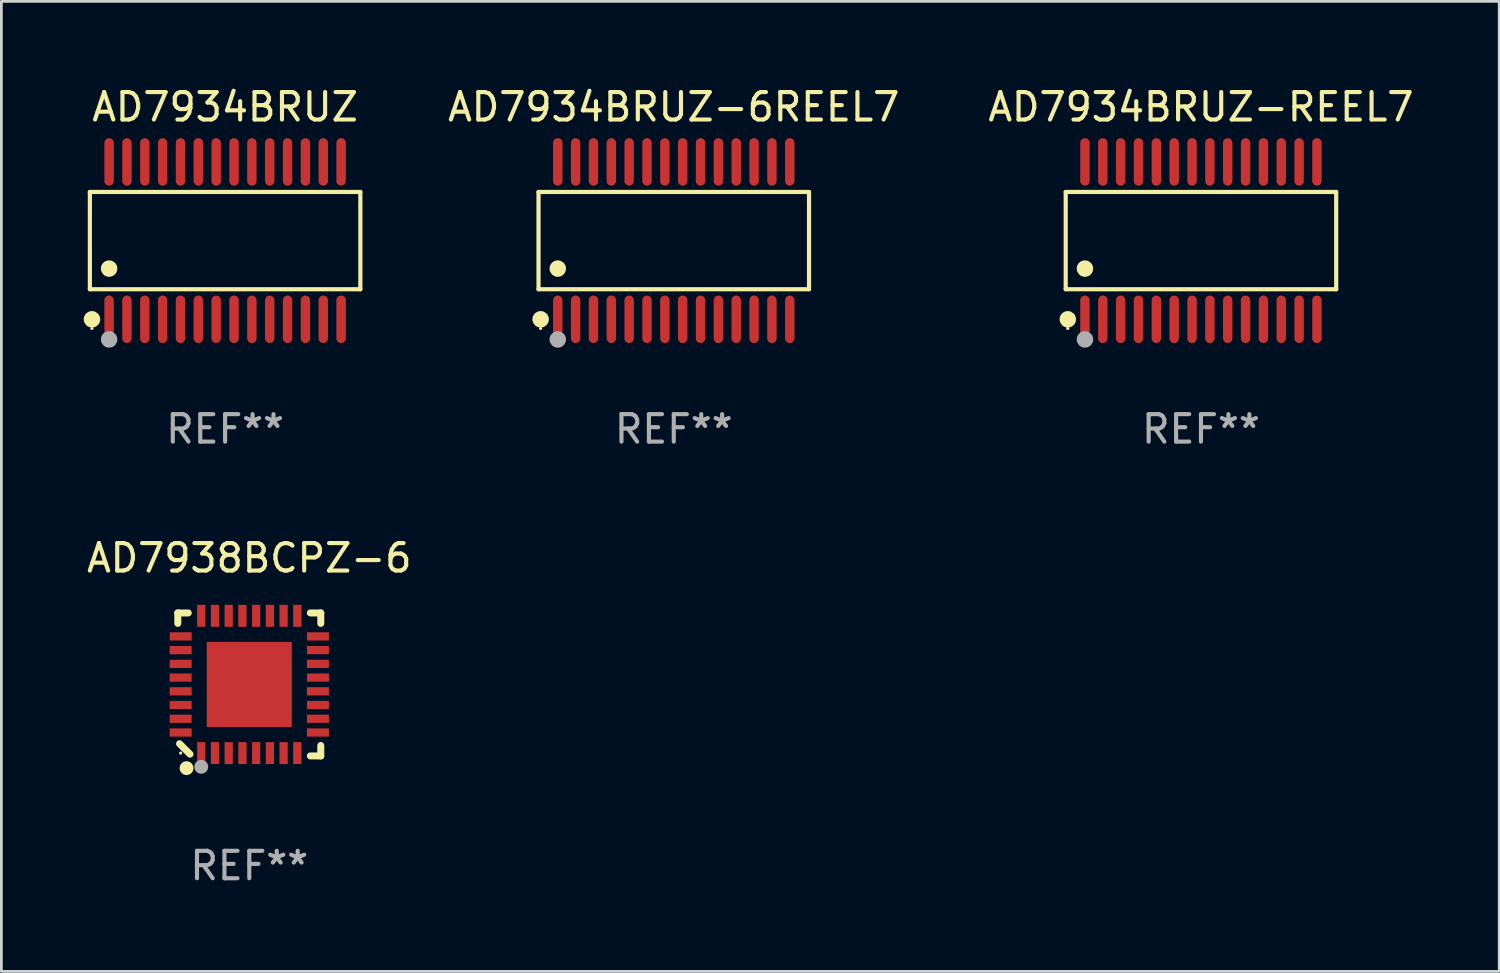
<source format=kicad_pcb>
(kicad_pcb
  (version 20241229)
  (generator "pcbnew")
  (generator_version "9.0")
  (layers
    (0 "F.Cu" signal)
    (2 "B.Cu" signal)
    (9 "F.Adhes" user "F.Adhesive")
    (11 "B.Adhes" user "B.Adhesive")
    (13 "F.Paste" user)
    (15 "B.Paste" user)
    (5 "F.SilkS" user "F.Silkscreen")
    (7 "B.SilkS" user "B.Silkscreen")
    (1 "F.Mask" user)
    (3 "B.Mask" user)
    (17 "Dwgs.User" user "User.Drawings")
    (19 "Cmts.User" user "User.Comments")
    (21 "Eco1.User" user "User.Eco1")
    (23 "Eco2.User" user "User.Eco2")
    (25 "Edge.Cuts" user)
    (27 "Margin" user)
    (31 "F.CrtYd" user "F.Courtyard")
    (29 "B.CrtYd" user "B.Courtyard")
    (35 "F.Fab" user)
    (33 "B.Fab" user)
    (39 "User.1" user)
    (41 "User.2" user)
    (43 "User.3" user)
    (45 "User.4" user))
  (footprint "AD7938BCPZ-6"
    (layer "F.Cu")
    (at 6.03 21.88)
    (property "Reference" "AD7938BCPZ-6" (at 0 -4.604 0) (layer "F.SilkS") (effects (font (size 1 1) (thickness 0.15))))
    (attr through_hole)
    (fp_line (start -2.604 -2.604) (end -2.604 -2.223) (stroke (width 0.254) (type solid)) (layer "F.SilkS"))
    (fp_line (start -2.54 2.159) (end -2.159 2.54) (stroke (width 0.254) (type solid)) (layer "F.SilkS"))
    (fp_line (start -2.223 -2.604) (end -2.604 -2.604) (stroke (width 0.254) (type solid)) (layer "F.SilkS"))
    (fp_line (start 2.223 2.604) (end 2.604 2.604) (stroke (width 0.254) (type solid)) (layer "F.SilkS"))
    (fp_line (start 2.604 -2.604) (end 2.223 -2.604) (stroke (width 0.254) (type solid)) (layer "F.SilkS"))
    (fp_line (start 2.604 -2.223) (end 2.604 -2.604) (stroke (width 0.254) (type solid)) (layer "F.SilkS"))
    (fp_line (start 2.604 2.604) (end 2.604 2.223) (stroke (width 0.254) (type solid)) (layer "F.SilkS"))
    (fp_circle (center -2.5 2.5) (end -2.47 2.5) (stroke (width 0.06) (type solid)) (fill no) (layer "F.SilkS"))
    (fp_circle (center -2.286 3.048) (end -2.159 3.048) (stroke (width 0.254) (type solid)) (fill no) (layer "F.SilkS"))
    (fp_circle (center -1.75 3) (end -1.623 3) (stroke (width 0.254) (type solid)) (fill no) (layer "F.Fab"))
    (fp_text user "REF**" (at 0 6.604 0) (layer "F.Fab") (effects (font (size 1 1) (thickness 0.15))))
    (pad "1" smd rect (at -1.75 2.5) (size 0.3 0.8) (layers "F.Cu" "F.Mask" "F.Paste"))
    (pad "2" smd rect (at -1.25 2.5) (size 0.3 0.8) (layers "F.Cu" "F.Mask" "F.Paste"))
    (pad "3" smd rect (at -0.75 2.5) (size 0.3 0.8) (layers "F.Cu" "F.Mask" "F.Paste"))
    (pad "4" smd rect (at -0.25 2.5) (size 0.3 0.8) (layers "F.Cu" "F.Mask" "F.Paste"))
    (pad "5" smd rect (at 0.25 2.5) (size 0.3 0.8) (layers "F.Cu" "F.Mask" "F.Paste"))
    (pad "6" smd rect (at 0.75 2.5) (size 0.3 0.8) (layers "F.Cu" "F.Mask" "F.Paste"))
    (pad "7" smd rect (at 1.25 2.5) (size 0.3 0.8) (layers "F.Cu" "F.Mask" "F.Paste"))
    (pad "8" smd rect (at 1.75 2.5) (size 0.3 0.8) (layers "F.Cu" "F.Mask" "F.Paste"))
    (pad "9" smd rect (at 2.5 1.75) (size 0.8 0.3) (layers "F.Cu" "F.Mask" "F.Paste"))
    (pad "10" smd rect (at 2.5 1.25) (size 0.8 0.3) (layers "F.Cu" "F.Mask" "F.Paste"))
    (pad "11" smd rect (at 2.5 0.75) (size 0.8 0.3) (layers "F.Cu" "F.Mask" "F.Paste"))
    (pad "12" smd rect (at 2.5 0.25) (size 0.8 0.3) (layers "F.Cu" "F.Mask" "F.Paste"))
    (pad "13" smd rect (at 2.5 -0.25) (size 0.8 0.3) (layers "F.Cu" "F.Mask" "F.Paste"))
    (pad "14" smd rect (at 2.5 -0.75) (size 0.8 0.3) (layers "F.Cu" "F.Mask" "F.Paste"))
    (pad "15" smd rect (at 2.5 -1.25) (size 0.8 0.3) (layers "F.Cu" "F.Mask" "F.Paste"))
    (pad "16" smd rect (at 2.5 -1.75) (size 0.8 0.3) (layers "F.Cu" "F.Mask" "F.Paste"))
    (pad "17" smd rect (at 1.75 -2.5) (size 0.3 0.8) (layers "F.Cu" "F.Mask" "F.Paste"))
    (pad "18" smd rect (at 1.25 -2.5) (size 0.3 0.8) (layers "F.Cu" "F.Mask" "F.Paste"))
    (pad "19" smd rect (at 0.75 -2.5) (size 0.3 0.8) (layers "F.Cu" "F.Mask" "F.Paste"))
    (pad "20" smd rect (at 0.25 -2.5) (size 0.3 0.8) (layers "F.Cu" "F.Mask" "F.Paste"))
    (pad "21" smd rect (at -0.25 -2.5) (size 0.3 0.8) (layers "F.Cu" "F.Mask" "F.Paste"))
    (pad "22" smd rect (at -0.75 -2.5) (size 0.3 0.8) (layers "F.Cu" "F.Mask" "F.Paste"))
    (pad "23" smd rect (at -1.25 -2.5) (size 0.3 0.8) (layers "F.Cu" "F.Mask" "F.Paste"))
    (pad "24" smd rect (at -1.75 -2.5) (size 0.3 0.8) (layers "F.Cu" "F.Mask" "F.Paste"))
    (pad "25" smd rect (at -2.5 -1.75) (size 0.8 0.3) (layers "F.Cu" "F.Mask" "F.Paste"))
    (pad "26" smd rect (at -2.5 -1.25) (size 0.8 0.3) (layers "F.Cu" "F.Mask" "F.Paste"))
    (pad "27" smd rect (at -2.5 -0.75) (size 0.8 0.3) (layers "F.Cu" "F.Mask" "F.Paste"))
    (pad "28" smd rect (at -2.5 -0.25) (size 0.8 0.3) (layers "F.Cu" "F.Mask" "F.Paste"))
    (pad "29" smd rect (at -2.5 0.25) (size 0.8 0.3) (layers "F.Cu" "F.Mask" "F.Paste"))
    (pad "30" smd rect (at -2.5 0.75) (size 0.8 0.3) (layers "F.Cu" "F.Mask" "F.Paste"))
    (pad "31" smd rect (at -2.5 1.25) (size 0.8 0.3) (layers "F.Cu" "F.Mask" "F.Paste"))
    (pad "32" smd rect (at -2.5 1.75) (size 0.8 0.3) (layers "F.Cu" "F.Mask" "F.Paste"))
    (pad "33" smd rect (at 0 -0.000025) (size 3.1 3.1) (layers "F.Cu" "F.Mask" "F.Paste")))
  (footprint "AD7934BRUZ"
    (layer "F.Cu")
    (at 5.149 5.714)
    (property "Reference" "AD7934BRUZ" (at 0 -4.866 0) (layer "F.SilkS") (effects (font (size 1 1) (thickness 0.15))))
    (attr through_hole)
    (fp_line (start -4.926 -1.772) (end 4.926 -1.772) (stroke (width 0.152) (type solid)) (layer "F.SilkS"))
    (fp_line (start -4.926 1.771) (end -4.926 -1.772) (stroke (width 0.152) (type solid)) (layer "F.SilkS"))
    (fp_line (start 4.926 -1.772) (end 4.926 1.771) (stroke (width 0.152) (type solid)) (layer "F.SilkS"))
    (fp_line (start 4.926 1.771) (end -4.926 1.771) (stroke (width 0.152) (type solid)) (layer "F.SilkS"))
    (fp_circle (center -4.85 3.2) (end -4.82 3.2) (stroke (width 0.06) (type solid)) (fill no) (layer "F.SilkS"))
    (fp_circle (center -4.849 2.866) (end -4.699 2.866) (stroke (width 0.3) (type solid)) (fill no) (layer "F.SilkS"))
    (fp_circle (center -4.225 1.019) (end -4.075 1.019) (stroke (width 0.3) (type solid)) (fill no) (layer "F.SilkS"))
    (fp_circle (center -4.225 3.6) (end -4.075 3.6) (stroke (width 0.3) (type solid)) (fill no) (layer "F.Fab"))
    (fp_text user "REF**" (at 0 6.866 0) (layer "F.Fab") (effects (font (size 1 1) (thickness 0.15))))
    (pad "1" smd oval (at -4.225 2.866) (size 0.343 1.731) (layers "F.Cu" "F.Mask" "F.Paste"))
    (pad "2" smd oval (at -3.575 2.866) (size 0.343 1.731) (layers "F.Cu" "F.Mask" "F.Paste"))
    (pad "3" smd oval (at -2.925 2.866) (size 0.343 1.731) (layers "F.Cu" "F.Mask" "F.Paste"))
    (pad "4" smd oval (at -2.275 2.866) (size 0.343 1.731) (layers "F.Cu" "F.Mask" "F.Paste"))
    (pad "5" smd oval (at -1.625 2.866) (size 0.343 1.731) (layers "F.Cu" "F.Mask" "F.Paste"))
    (pad "6" smd oval (at -0.975 2.866) (size 0.343 1.731) (layers "F.Cu" "F.Mask" "F.Paste"))
    (pad "7" smd oval (at -0.325 2.866) (size 0.343 1.731) (layers "F.Cu" "F.Mask" "F.Paste"))
    (pad "8" smd oval (at 0.325 2.866) (size 0.343 1.731) (layers "F.Cu" "F.Mask" "F.Paste"))
    (pad "9" smd oval (at 0.975 2.866) (size 0.343 1.731) (layers "F.Cu" "F.Mask" "F.Paste"))
    (pad "10" smd oval (at 1.625 2.866) (size 0.343 1.731) (layers "F.Cu" "F.Mask" "F.Paste"))
    (pad "11" smd oval (at 2.275 2.866) (size 0.343 1.731) (layers "F.Cu" "F.Mask" "F.Paste"))
    (pad "12" smd oval (at 2.925 2.866) (size 0.343 1.731) (layers "F.Cu" "F.Mask" "F.Paste"))
    (pad "13" smd oval (at 3.575 2.866) (size 0.343 1.731) (layers "F.Cu" "F.Mask" "F.Paste"))
    (pad "14" smd oval (at 4.225 2.866) (size 0.343 1.731) (layers "F.Cu" "F.Mask" "F.Paste"))
    (pad "15" smd oval (at 4.225 -2.866) (size 0.343 1.731) (layers "F.Cu" "F.Mask" "F.Paste"))
    (pad "16" smd oval (at 3.575 -2.866) (size 0.343 1.731) (layers "F.Cu" "F.Mask" "F.Paste"))
    (pad "17" smd oval (at 2.925 -2.866) (size 0.343 1.731) (layers "F.Cu" "F.Mask" "F.Paste"))
    (pad "18" smd oval (at 2.275 -2.866) (size 0.343 1.731) (layers "F.Cu" "F.Mask" "F.Paste"))
    (pad "19" smd oval (at 1.625 -2.866) (size 0.343 1.731) (layers "F.Cu" "F.Mask" "F.Paste"))
    (pad "20" smd oval (at 0.975 -2.866) (size 0.343 1.731) (layers "F.Cu" "F.Mask" "F.Paste"))
    (pad "21" smd oval (at 0.325 -2.866) (size 0.343 1.731) (layers "F.Cu" "F.Mask" "F.Paste"))
    (pad "22" smd oval (at -0.325 -2.866) (size 0.343 1.731) (layers "F.Cu" "F.Mask" "F.Paste"))
    (pad "23" smd oval (at -0.975 -2.866) (size 0.343 1.731) (layers "F.Cu" "F.Mask" "F.Paste"))
    (pad "24" smd oval (at -1.625 -2.866) (size 0.343 1.731) (layers "F.Cu" "F.Mask" "F.Paste"))
    (pad "25" smd oval (at -2.275 -2.866) (size 0.343 1.731) (layers "F.Cu" "F.Mask" "F.Paste"))
    (pad "26" smd oval (at -2.925 -2.866) (size 0.343 1.731) (layers "F.Cu" "F.Mask" "F.Paste"))
    (pad "27" smd oval (at -3.575 -2.866) (size 0.343 1.731) (layers "F.Cu" "F.Mask" "F.Paste"))
    (pad "28" smd oval (at -4.225 -2.866) (size 0.343 1.731) (layers "F.Cu" "F.Mask" "F.Paste")))
  (footprint "AD7934BRUZ-6REEL7"
    (layer "F.Cu")
    (at 21.491 5.714)
    (property "Reference" "AD7934BRUZ-6REEL7" (at 0 -4.866 0) (layer "F.SilkS") (effects (font (size 1 1) (thickness 0.15))))
    (attr through_hole)
    (fp_line (start -4.926 -1.772) (end 4.926 -1.772) (stroke (width 0.152) (type solid)) (layer "F.SilkS"))
    (fp_line (start -4.926 1.771) (end -4.926 -1.772) (stroke (width 0.152) (type solid)) (layer "F.SilkS"))
    (fp_line (start 4.926 -1.772) (end 4.926 1.771) (stroke (width 0.152) (type solid)) (layer "F.SilkS"))
    (fp_line (start 4.926 1.771) (end -4.926 1.771) (stroke (width 0.152) (type solid)) (layer "F.SilkS"))
    (fp_circle (center -4.85 3.2) (end -4.82 3.2) (stroke (width 0.06) (type solid)) (fill no) (layer "F.SilkS"))
    (fp_circle (center -4.849 2.866) (end -4.699 2.866) (stroke (width 0.3) (type solid)) (fill no) (layer "F.SilkS"))
    (fp_circle (center -4.225 1.019) (end -4.075 1.019) (stroke (width 0.3) (type solid)) (fill no) (layer "F.SilkS"))
    (fp_circle (center -4.225 3.6) (end -4.075 3.6) (stroke (width 0.3) (type solid)) (fill no) (layer "F.Fab"))
    (fp_text user "REF**" (at 0 6.866 0) (layer "F.Fab") (effects (font (size 1 1) (thickness 0.15))))
    (pad "1" smd oval (at -4.225 2.866) (size 0.343 1.731) (layers "F.Cu" "F.Mask" "F.Paste"))
    (pad "2" smd oval (at -3.575 2.866) (size 0.343 1.731) (layers "F.Cu" "F.Mask" "F.Paste"))
    (pad "3" smd oval (at -2.925 2.866) (size 0.343 1.731) (layers "F.Cu" "F.Mask" "F.Paste"))
    (pad "4" smd oval (at -2.275 2.866) (size 0.343 1.731) (layers "F.Cu" "F.Mask" "F.Paste"))
    (pad "5" smd oval (at -1.625 2.866) (size 0.343 1.731) (layers "F.Cu" "F.Mask" "F.Paste"))
    (pad "6" smd oval (at -0.975 2.866) (size 0.343 1.731) (layers "F.Cu" "F.Mask" "F.Paste"))
    (pad "7" smd oval (at -0.325 2.866) (size 0.343 1.731) (layers "F.Cu" "F.Mask" "F.Paste"))
    (pad "8" smd oval (at 0.325 2.866) (size 0.343 1.731) (layers "F.Cu" "F.Mask" "F.Paste"))
    (pad "9" smd oval (at 0.975 2.866) (size 0.343 1.731) (layers "F.Cu" "F.Mask" "F.Paste"))
    (pad "10" smd oval (at 1.625 2.866) (size 0.343 1.731) (layers "F.Cu" "F.Mask" "F.Paste"))
    (pad "11" smd oval (at 2.275 2.866) (size 0.343 1.731) (layers "F.Cu" "F.Mask" "F.Paste"))
    (pad "12" smd oval (at 2.925 2.866) (size 0.343 1.731) (layers "F.Cu" "F.Mask" "F.Paste"))
    (pad "13" smd oval (at 3.575 2.866) (size 0.343 1.731) (layers "F.Cu" "F.Mask" "F.Paste"))
    (pad "14" smd oval (at 4.225 2.866) (size 0.343 1.731) (layers "F.Cu" "F.Mask" "F.Paste"))
    (pad "15" smd oval (at 4.225 -2.866) (size 0.343 1.731) (layers "F.Cu" "F.Mask" "F.Paste"))
    (pad "16" smd oval (at 3.575 -2.866) (size 0.343 1.731) (layers "F.Cu" "F.Mask" "F.Paste"))
    (pad "17" smd oval (at 2.925 -2.866) (size 0.343 1.731) (layers "F.Cu" "F.Mask" "F.Paste"))
    (pad "18" smd oval (at 2.275 -2.866) (size 0.343 1.731) (layers "F.Cu" "F.Mask" "F.Paste"))
    (pad "19" smd oval (at 1.625 -2.866) (size 0.343 1.731) (layers "F.Cu" "F.Mask" "F.Paste"))
    (pad "20" smd oval (at 0.975 -2.866) (size 0.343 1.731) (layers "F.Cu" "F.Mask" "F.Paste"))
    (pad "21" smd oval (at 0.325 -2.866) (size 0.343 1.731) (layers "F.Cu" "F.Mask" "F.Paste"))
    (pad "22" smd oval (at -0.325 -2.866) (size 0.343 1.731) (layers "F.Cu" "F.Mask" "F.Paste"))
    (pad "23" smd oval (at -0.975 -2.866) (size 0.343 1.731) (layers "F.Cu" "F.Mask" "F.Paste"))
    (pad "24" smd oval (at -1.625 -2.866) (size 0.343 1.731) (layers "F.Cu" "F.Mask" "F.Paste"))
    (pad "25" smd oval (at -2.275 -2.866) (size 0.343 1.731) (layers "F.Cu" "F.Mask" "F.Paste"))
    (pad "26" smd oval (at -2.925 -2.866) (size 0.343 1.731) (layers "F.Cu" "F.Mask" "F.Paste"))
    (pad "27" smd oval (at -3.575 -2.866) (size 0.343 1.731) (layers "F.Cu" "F.Mask" "F.Paste"))
    (pad "28" smd oval (at -4.225 -2.866) (size 0.343 1.731) (layers "F.Cu" "F.Mask" "F.Paste")))
  (footprint "AD7934BRUZ-REEL7"
    (layer "F.Cu")
    (at 40.693 5.714)
    (property "Reference" "AD7934BRUZ-REEL7" (at 0 -4.866 0) (layer "F.SilkS") (effects (font (size 1 1) (thickness 0.15))))
    (attr through_hole)
    (fp_line (start -4.926 -1.772) (end 4.926 -1.772) (stroke (width 0.152) (type solid)) (layer "F.SilkS"))
    (fp_line (start -4.926 1.771) (end -4.926 -1.772) (stroke (width 0.152) (type solid)) (layer "F.SilkS"))
    (fp_line (start 4.926 -1.772) (end 4.926 1.771) (stroke (width 0.152) (type solid)) (layer "F.SilkS"))
    (fp_line (start 4.926 1.771) (end -4.926 1.771) (stroke (width 0.152) (type solid)) (layer "F.SilkS"))
    (fp_circle (center -4.85 3.2) (end -4.82 3.2) (stroke (width 0.06) (type solid)) (fill no) (layer "F.SilkS"))
    (fp_circle (center -4.849 2.866) (end -4.699 2.866) (stroke (width 0.3) (type solid)) (fill no) (layer "F.SilkS"))
    (fp_circle (center -4.225 1.019) (end -4.075 1.019) (stroke (width 0.3) (type solid)) (fill no) (layer "F.SilkS"))
    (fp_circle (center -4.225 3.6) (end -4.075 3.6) (stroke (width 0.3) (type solid)) (fill no) (layer "F.Fab"))
    (fp_text user "REF**" (at 0 6.866 0) (layer "F.Fab") (effects (font (size 1 1) (thickness 0.15))))
    (pad "1" smd oval (at -4.225 2.866) (size 0.343 1.731) (layers "F.Cu" "F.Mask" "F.Paste"))
    (pad "2" smd oval (at -3.575 2.866) (size 0.343 1.731) (layers "F.Cu" "F.Mask" "F.Paste"))
    (pad "3" smd oval (at -2.925 2.866) (size 0.343 1.731) (layers "F.Cu" "F.Mask" "F.Paste"))
    (pad "4" smd oval (at -2.275 2.866) (size 0.343 1.731) (layers "F.Cu" "F.Mask" "F.Paste"))
    (pad "5" smd oval (at -1.625 2.866) (size 0.343 1.731) (layers "F.Cu" "F.Mask" "F.Paste"))
    (pad "6" smd oval (at -0.975 2.866) (size 0.343 1.731) (layers "F.Cu" "F.Mask" "F.Paste"))
    (pad "7" smd oval (at -0.325 2.866) (size 0.343 1.731) (layers "F.Cu" "F.Mask" "F.Paste"))
    (pad "8" smd oval (at 0.325 2.866) (size 0.343 1.731) (layers "F.Cu" "F.Mask" "F.Paste"))
    (pad "9" smd oval (at 0.975 2.866) (size 0.343 1.731) (layers "F.Cu" "F.Mask" "F.Paste"))
    (pad "10" smd oval (at 1.625 2.866) (size 0.343 1.731) (layers "F.Cu" "F.Mask" "F.Paste"))
    (pad "11" smd oval (at 2.275 2.866) (size 0.343 1.731) (layers "F.Cu" "F.Mask" "F.Paste"))
    (pad "12" smd oval (at 2.925 2.866) (size 0.343 1.731) (layers "F.Cu" "F.Mask" "F.Paste"))
    (pad "13" smd oval (at 3.575 2.866) (size 0.343 1.731) (layers "F.Cu" "F.Mask" "F.Paste"))
    (pad "14" smd oval (at 4.225 2.866) (size 0.343 1.731) (layers "F.Cu" "F.Mask" "F.Paste"))
    (pad "15" smd oval (at 4.225 -2.866) (size 0.343 1.731) (layers "F.Cu" "F.Mask" "F.Paste"))
    (pad "16" smd oval (at 3.575 -2.866) (size 0.343 1.731) (layers "F.Cu" "F.Mask" "F.Paste"))
    (pad "17" smd oval (at 2.925 -2.866) (size 0.343 1.731) (layers "F.Cu" "F.Mask" "F.Paste"))
    (pad "18" smd oval (at 2.275 -2.866) (size 0.343 1.731) (layers "F.Cu" "F.Mask" "F.Paste"))
    (pad "19" smd oval (at 1.625 -2.866) (size 0.343 1.731) (layers "F.Cu" "F.Mask" "F.Paste"))
    (pad "20" smd oval (at 0.975 -2.866) (size 0.343 1.731) (layers "F.Cu" "F.Mask" "F.Paste"))
    (pad "21" smd oval (at 0.325 -2.866) (size 0.343 1.731) (layers "F.Cu" "F.Mask" "F.Paste"))
    (pad "22" smd oval (at -0.325 -2.866) (size 0.343 1.731) (layers "F.Cu" "F.Mask" "F.Paste"))
    (pad "23" smd oval (at -0.975 -2.866) (size 0.343 1.731) (layers "F.Cu" "F.Mask" "F.Paste"))
    (pad "24" smd oval (at -1.625 -2.866) (size 0.343 1.731) (layers "F.Cu" "F.Mask" "F.Paste"))
    (pad "25" smd oval (at -2.275 -2.866) (size 0.343 1.731) (layers "F.Cu" "F.Mask" "F.Paste"))
    (pad "26" smd oval (at -2.925 -2.866) (size 0.343 1.731) (layers "F.Cu" "F.Mask" "F.Paste"))
    (pad "27" smd oval (at -3.575 -2.866) (size 0.343 1.731) (layers "F.Cu" "F.Mask" "F.Paste"))
    (pad "28" smd oval (at -4.225 -2.866) (size 0.343 1.731) (layers "F.Cu" "F.Mask" "F.Paste")))
  (gr_rect
    (start -3 -3)
    (end 51.556 32.332)
    (stroke (width 0.1) (type default))
    (fill no)
    (layer "Edge.Cuts")))
</source>
